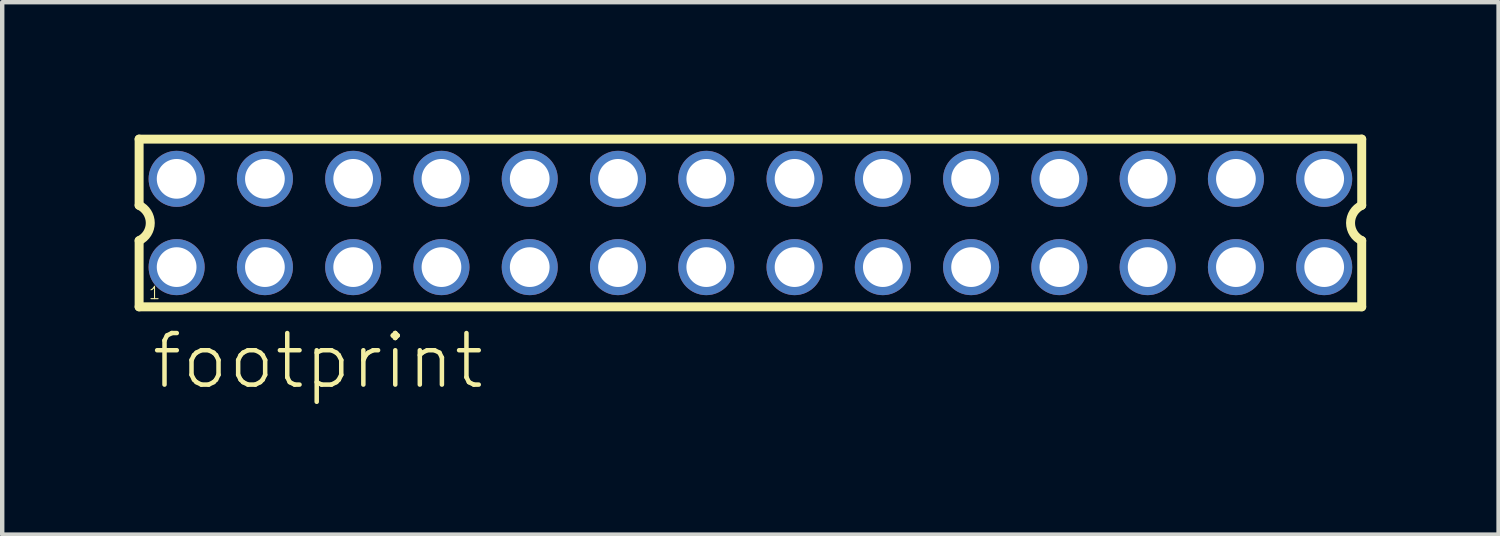
<source format=kicad_pcb>
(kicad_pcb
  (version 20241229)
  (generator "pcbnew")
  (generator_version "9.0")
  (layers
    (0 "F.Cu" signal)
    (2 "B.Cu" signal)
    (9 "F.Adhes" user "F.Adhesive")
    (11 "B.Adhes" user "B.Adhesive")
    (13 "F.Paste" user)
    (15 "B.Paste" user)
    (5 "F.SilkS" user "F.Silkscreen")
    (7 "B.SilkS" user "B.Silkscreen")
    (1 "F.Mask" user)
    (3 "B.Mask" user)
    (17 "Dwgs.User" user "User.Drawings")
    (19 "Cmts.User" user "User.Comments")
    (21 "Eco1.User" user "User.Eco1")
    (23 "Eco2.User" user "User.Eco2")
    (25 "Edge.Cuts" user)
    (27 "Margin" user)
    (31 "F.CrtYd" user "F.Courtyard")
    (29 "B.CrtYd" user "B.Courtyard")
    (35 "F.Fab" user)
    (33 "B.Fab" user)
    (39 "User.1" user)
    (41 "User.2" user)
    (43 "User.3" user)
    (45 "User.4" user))
  (footprint "footprint"
    (layer "F.Cu")
    (at 13.952 2.002)
    (property "Reference" "footprint" (at -13.62 3.81 0) (layer "F.SilkS") (effects (font (size 1.168 1.168) (thickness 0.102)) (justify left bottom)))
    (fp_line (start -13.85 -1.9) (end -13.85 -0.4) (stroke (width 0.203) (type solid)) (layer "F.SilkS"))
    (fp_line (start -13.85 0.4) (end -13.85 1.9) (stroke (width 0.203) (type solid)) (layer "F.SilkS"))
    (fp_line (start -13.85 1.9) (end 13.85 1.9) (stroke (width 0.203) (type solid)) (layer "F.SilkS"))
    (fp_line (start 13.85 -1.9) (end -13.85 -1.9) (stroke (width 0.203) (type solid)) (layer "F.SilkS"))
    (fp_line (start 13.85 -0.4) (end 13.85 -1.9) (stroke (width 0.203) (type solid)) (layer "F.SilkS"))
    (fp_line (start 13.85 1.9) (end 13.85 0.4) (stroke (width 0.203) (type solid)) (layer "F.SilkS"))
    (fp_arc (start -13.85 -0.4) (mid -13.597168 -0.000001) (end -13.849998 0.399999) (stroke (width 0.2032) (type solid)) (layer "F.SilkS"))
    (fp_arc (start 13.85 0.4) (mid 13.597168 0.000001) (end 13.849998 -0.399999) (stroke (width 0.2032) (type solid)) (layer "F.SilkS"))
    (fp_poly (pts (xy -13.25 -0.75) (xy -12.75 -0.75) (xy -12.75 -1.25) (xy -13.25 -1.25)) (stroke (width 0.1) (type solid)) (fill no) (layer "F.Fab"))
    (fp_poly (pts (xy -13.25 1.25) (xy -12.75 1.25) (xy -12.75 0.75) (xy -13.25 0.75)) (stroke (width 0.1) (type solid)) (fill no) (layer "F.Fab"))
    (fp_poly (pts (xy -11.25 -0.75) (xy -10.75 -0.75) (xy -10.75 -1.25) (xy -11.25 -1.25)) (stroke (width 0.1) (type solid)) (fill no) (layer "F.Fab"))
    (fp_poly (pts (xy -11.25 1.25) (xy -10.75 1.25) (xy -10.75 0.75) (xy -11.25 0.75)) (stroke (width 0.1) (type solid)) (fill no) (layer "F.Fab"))
    (fp_poly (pts (xy -9.25 -0.75) (xy -8.75 -0.75) (xy -8.75 -1.25) (xy -9.25 -1.25)) (stroke (width 0.1) (type solid)) (fill no) (layer "F.Fab"))
    (fp_poly (pts (xy -9.25 1.25) (xy -8.75 1.25) (xy -8.75 0.75) (xy -9.25 0.75)) (stroke (width 0.1) (type solid)) (fill no) (layer "F.Fab"))
    (fp_poly (pts (xy -7.25 -0.75) (xy -6.75 -0.75) (xy -6.75 -1.25) (xy -7.25 -1.25)) (stroke (width 0.1) (type solid)) (fill no) (layer "F.Fab"))
    (fp_poly (pts (xy -7.25 1.25) (xy -6.75 1.25) (xy -6.75 0.75) (xy -7.25 0.75)) (stroke (width 0.1) (type solid)) (fill no) (layer "F.Fab"))
    (fp_poly (pts (xy -5.25 -0.75) (xy -4.75 -0.75) (xy -4.75 -1.25) (xy -5.25 -1.25)) (stroke (width 0.1) (type solid)) (fill no) (layer "F.Fab"))
    (fp_poly (pts (xy -5.25 1.25) (xy -4.75 1.25) (xy -4.75 0.75) (xy -5.25 0.75)) (stroke (width 0.1) (type solid)) (fill no) (layer "F.Fab"))
    (fp_poly (pts (xy -3.25 -0.75) (xy -2.75 -0.75) (xy -2.75 -1.25) (xy -3.25 -1.25)) (stroke (width 0.1) (type solid)) (fill no) (layer "F.Fab"))
    (fp_poly (pts (xy -3.25 1.25) (xy -2.75 1.25) (xy -2.75 0.75) (xy -3.25 0.75)) (stroke (width 0.1) (type solid)) (fill no) (layer "F.Fab"))
    (fp_poly (pts (xy -1.25 -0.75) (xy -0.75 -0.75) (xy -0.75 -1.25) (xy -1.25 -1.25)) (stroke (width 0.1) (type solid)) (fill no) (layer "F.Fab"))
    (fp_poly (pts (xy -1.25 1.25) (xy -0.75 1.25) (xy -0.75 0.75) (xy -1.25 0.75)) (stroke (width 0.1) (type solid)) (fill no) (layer "F.Fab"))
    (fp_poly (pts (xy 0.75 -0.75) (xy 1.25 -0.75) (xy 1.25 -1.25) (xy 0.75 -1.25)) (stroke (width 0.1) (type solid)) (fill no) (layer "F.Fab"))
    (fp_poly (pts (xy 0.75 1.25) (xy 1.25 1.25) (xy 1.25 0.75) (xy 0.75 0.75)) (stroke (width 0.1) (type solid)) (fill no) (layer "F.Fab"))
    (fp_poly (pts (xy 2.75 -0.75) (xy 3.25 -0.75) (xy 3.25 -1.25) (xy 2.75 -1.25)) (stroke (width 0.1) (type solid)) (fill no) (layer "F.Fab"))
    (fp_poly (pts (xy 2.75 1.25) (xy 3.25 1.25) (xy 3.25 0.75) (xy 2.75 0.75)) (stroke (width 0.1) (type solid)) (fill no) (layer "F.Fab"))
    (fp_poly (pts (xy 4.75 -0.75) (xy 5.25 -0.75) (xy 5.25 -1.25) (xy 4.75 -1.25)) (stroke (width 0.1) (type solid)) (fill no) (layer "F.Fab"))
    (fp_poly (pts (xy 4.75 1.25) (xy 5.25 1.25) (xy 5.25 0.75) (xy 4.75 0.75)) (stroke (width 0.1) (type solid)) (fill no) (layer "F.Fab"))
    (fp_poly (pts (xy 6.75 -0.75) (xy 7.25 -0.75) (xy 7.25 -1.25) (xy 6.75 -1.25)) (stroke (width 0.1) (type solid)) (fill no) (layer "F.Fab"))
    (fp_poly (pts (xy 6.75 1.25) (xy 7.25 1.25) (xy 7.25 0.75) (xy 6.75 0.75)) (stroke (width 0.1) (type solid)) (fill no) (layer "F.Fab"))
    (fp_poly (pts (xy 8.75 -0.75) (xy 9.25 -0.75) (xy 9.25 -1.25) (xy 8.75 -1.25)) (stroke (width 0.1) (type solid)) (fill no) (layer "F.Fab"))
    (fp_poly (pts (xy 8.75 1.25) (xy 9.25 1.25) (xy 9.25 0.75) (xy 8.75 0.75)) (stroke (width 0.1) (type solid)) (fill no) (layer "F.Fab"))
    (fp_poly (pts (xy 10.75 -0.75) (xy 11.25 -0.75) (xy 11.25 -1.25) (xy 10.75 -1.25)) (stroke (width 0.1) (type solid)) (fill no) (layer "F.Fab"))
    (fp_poly (pts (xy 10.75 1.25) (xy 11.25 1.25) (xy 11.25 0.75) (xy 10.75 0.75)) (stroke (width 0.1) (type solid)) (fill no) (layer "F.Fab"))
    (fp_poly (pts (xy 12.75 -0.75) (xy 13.25 -0.75) (xy 13.25 -1.25) (xy 12.75 -1.25)) (stroke (width 0.1) (type solid)) (fill no) (layer "F.Fab"))
    (fp_poly (pts (xy 12.75 1.25) (xy 13.25 1.25) (xy 13.25 0.75) (xy 12.75 0.75)) (stroke (width 0.1) (type solid)) (fill no) (layer "F.Fab"))
    (fp_text user "1" (at -13.65 1.75 0) (layer "F.SilkS") (effects (font (size 0.28 0.28) (thickness 0.024)) (justify left bottom)))
    (pad "1" thru_hole circle (at -13 1) (size 1.27 1.27) (drill 0.9) (layers "*.Cu" "*.Mask"))
    (pad "2" thru_hole circle (at -13 -1) (size 1.27 1.27) (drill 0.9) (layers "*.Cu" "*.Mask"))
    (pad "3" thru_hole circle (at -11 1) (size 1.27 1.27) (drill 0.9) (layers "*.Cu" "*.Mask"))
    (pad "4" thru_hole circle (at -11 -1) (size 1.27 1.27) (drill 0.9) (layers "*.Cu" "*.Mask"))
    (pad "5" thru_hole circle (at -9 1) (size 1.27 1.27) (drill 0.9) (layers "*.Cu" "*.Mask"))
    (pad "6" thru_hole circle (at -9 -1) (size 1.27 1.27) (drill 0.9) (layers "*.Cu" "*.Mask"))
    (pad "7" thru_hole circle (at -7 1) (size 1.27 1.27) (drill 0.9) (layers "*.Cu" "*.Mask"))
    (pad "8" thru_hole circle (at -7 -1) (size 1.27 1.27) (drill 0.9) (layers "*.Cu" "*.Mask"))
    (pad "9" thru_hole circle (at -5 1) (size 1.27 1.27) (drill 0.9) (layers "*.Cu" "*.Mask"))
    (pad "10" thru_hole circle (at -5 -1) (size 1.27 1.27) (drill 0.9) (layers "*.Cu" "*.Mask"))
    (pad "11" thru_hole circle (at -3 1) (size 1.27 1.27) (drill 0.9) (layers "*.Cu" "*.Mask"))
    (pad "12" thru_hole circle (at -3 -1) (size 1.27 1.27) (drill 0.9) (layers "*.Cu" "*.Mask"))
    (pad "13" thru_hole circle (at -1 1) (size 1.27 1.27) (drill 0.9) (layers "*.Cu" "*.Mask"))
    (pad "14" thru_hole circle (at -1 -1) (size 1.27 1.27) (drill 0.9) (layers "*.Cu" "*.Mask"))
    (pad "15" thru_hole circle (at 1 1) (size 1.27 1.27) (drill 0.9) (layers "*.Cu" "*.Mask"))
    (pad "16" thru_hole circle (at 1 -1) (size 1.27 1.27) (drill 0.9) (layers "*.Cu" "*.Mask"))
    (pad "17" thru_hole circle (at 3 1) (size 1.27 1.27) (drill 0.9) (layers "*.Cu" "*.Mask"))
    (pad "18" thru_hole circle (at 3 -1) (size 1.27 1.27) (drill 0.9) (layers "*.Cu" "*.Mask"))
    (pad "19" thru_hole circle (at 5 1) (size 1.27 1.27) (drill 0.9) (layers "*.Cu" "*.Mask"))
    (pad "20" thru_hole circle (at 5 -1) (size 1.27 1.27) (drill 0.9) (layers "*.Cu" "*.Mask"))
    (pad "21" thru_hole circle (at 7 1) (size 1.27 1.27) (drill 0.9) (layers "*.Cu" "*.Mask"))
    (pad "22" thru_hole circle (at 7 -1) (size 1.27 1.27) (drill 0.9) (layers "*.Cu" "*.Mask"))
    (pad "23" thru_hole circle (at 9 1) (size 1.27 1.27) (drill 0.9) (layers "*.Cu" "*.Mask"))
    (pad "24" thru_hole circle (at 9 -1) (size 1.27 1.27) (drill 0.9) (layers "*.Cu" "*.Mask"))
    (pad "25" thru_hole circle (at 11 1) (size 1.27 1.27) (drill 0.9) (layers "*.Cu" "*.Mask"))
    (pad "26" thru_hole circle (at 11 -1) (size 1.27 1.27) (drill 0.9) (layers "*.Cu" "*.Mask"))
    (pad "27" thru_hole circle (at 13 1) (size 1.27 1.27) (drill 0.9) (layers "*.Cu" "*.Mask"))
    (pad "28" thru_hole circle (at 13 -1) (size 1.27 1.27) (drill 0.9) (layers "*.Cu" "*.Mask")))
  (gr_rect
    (start -3 -3)
    (end 30.903 9.062)
    (stroke (width 0.1) (type default))
    (fill no)
    (layer "Edge.Cuts")))
</source>
